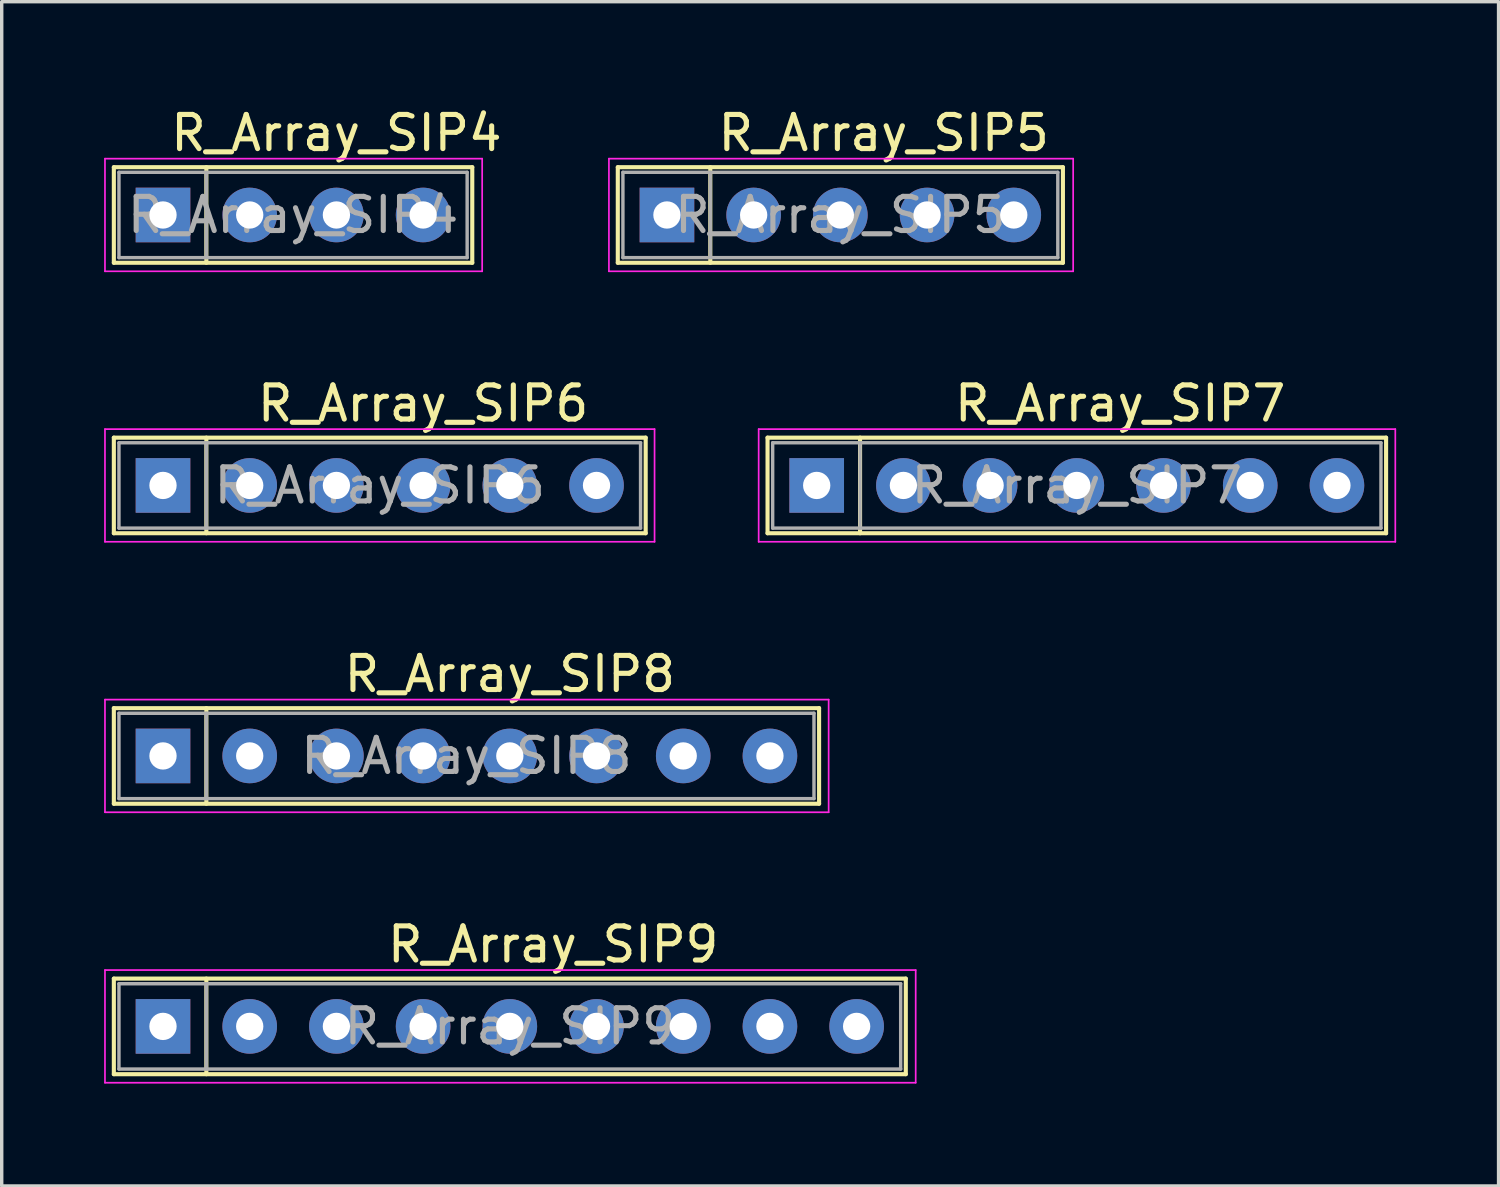
<source format=kicad_pcb>
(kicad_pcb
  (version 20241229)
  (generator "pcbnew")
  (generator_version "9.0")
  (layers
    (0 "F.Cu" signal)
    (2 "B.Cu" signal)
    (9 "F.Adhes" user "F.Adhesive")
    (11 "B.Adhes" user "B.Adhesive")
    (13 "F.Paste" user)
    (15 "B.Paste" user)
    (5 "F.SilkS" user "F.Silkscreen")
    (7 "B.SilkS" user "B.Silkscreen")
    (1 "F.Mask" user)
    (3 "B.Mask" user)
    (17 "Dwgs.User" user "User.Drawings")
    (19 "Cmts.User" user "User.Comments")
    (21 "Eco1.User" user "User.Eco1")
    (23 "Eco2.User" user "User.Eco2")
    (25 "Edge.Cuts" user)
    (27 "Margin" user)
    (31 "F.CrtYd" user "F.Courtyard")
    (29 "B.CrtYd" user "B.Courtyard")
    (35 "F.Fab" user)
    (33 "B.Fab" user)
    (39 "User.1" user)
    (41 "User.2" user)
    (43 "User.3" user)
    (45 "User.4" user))
  (footprint "R_Array_SIP4"
    (layer "F.Cu")
    (at 1.725 3.248)
    (property "Reference" "R_Array_SIP4" (at 5.08 -2.4 0) (layer "F.SilkS") (effects (font (size 1 1) (thickness 0.15))))
    (attr through_hole)
    (fp_line (start -1.44 -1.4) (end -1.44 1.4) (stroke (width 0.12) (type solid)) (layer "F.SilkS"))
    (fp_line (start -1.44 1.4) (end 9.06 1.4) (stroke (width 0.12) (type solid)) (layer "F.SilkS"))
    (fp_line (start 1.27 -1.4) (end 1.27 1.4) (stroke (width 0.12) (type solid)) (layer "F.SilkS"))
    (fp_line (start 9.06 -1.4) (end -1.44 -1.4) (stroke (width 0.12) (type solid)) (layer "F.SilkS"))
    (fp_line (start 9.06 1.4) (end 9.06 -1.4) (stroke (width 0.12) (type solid)) (layer "F.SilkS"))
    (fp_line (start -1.7 -1.65) (end -1.7 1.65) (stroke (width 0.05) (type solid)) (layer "F.CrtYd"))
    (fp_line (start -1.7 1.65) (end 9.35 1.65) (stroke (width 0.05) (type solid)) (layer "F.CrtYd"))
    (fp_line (start 9.35 -1.65) (end -1.7 -1.65) (stroke (width 0.05) (type solid)) (layer "F.CrtYd"))
    (fp_line (start 9.35 1.65) (end 9.35 -1.65) (stroke (width 0.05) (type solid)) (layer "F.CrtYd"))
    (fp_line (start -1.29 -1.25) (end -1.29 1.25) (stroke (width 0.1) (type solid)) (layer "F.Fab"))
    (fp_line (start -1.29 1.25) (end 8.91 1.25) (stroke (width 0.1) (type solid)) (layer "F.Fab"))
    (fp_line (start 1.27 -1.25) (end 1.27 1.25) (stroke (width 0.1) (type solid)) (layer "F.Fab"))
    (fp_line (start 8.91 -1.25) (end -1.29 -1.25) (stroke (width 0.1) (type solid)) (layer "F.Fab"))
    (fp_line (start 8.91 1.25) (end 8.91 -1.25) (stroke (width 0.1) (type solid)) (layer "F.Fab"))
    (fp_text user "${REFERENCE}" (at 3.81 0 0) (layer "F.Fab") (effects (font (size 1 1) (thickness 0.15))))
    (pad "1" thru_hole rect (at 0 0) (size 1.6 1.6) (drill 0.8) (layers "*.Cu" "*.Mask"))
    (pad "2" thru_hole oval (at 2.54 0) (size 1.6 1.6) (drill 0.8) (layers "*.Cu" "*.Mask"))
    (pad "3" thru_hole oval (at 5.08 0) (size 1.6 1.6) (drill 0.8) (layers "*.Cu" "*.Mask"))
    (pad "4" thru_hole oval (at 7.62 0) (size 1.6 1.6) (drill 0.8) (layers "*.Cu" "*.Mask")))
  (footprint "R_Array_SIP6"
    (layer "F.Cu")
    (at 1.725 11.171)
    (property "Reference" "R_Array_SIP6" (at 7.62 -2.4 0) (layer "F.SilkS") (effects (font (size 1 1) (thickness 0.15))))
    (attr through_hole)
    (fp_line (start -1.44 -1.4) (end -1.44 1.4) (stroke (width 0.12) (type solid)) (layer "F.SilkS"))
    (fp_line (start -1.44 1.4) (end 14.14 1.4) (stroke (width 0.12) (type solid)) (layer "F.SilkS"))
    (fp_line (start 1.27 -1.4) (end 1.27 1.4) (stroke (width 0.12) (type solid)) (layer "F.SilkS"))
    (fp_line (start 14.14 -1.4) (end -1.44 -1.4) (stroke (width 0.12) (type solid)) (layer "F.SilkS"))
    (fp_line (start 14.14 1.4) (end 14.14 -1.4) (stroke (width 0.12) (type solid)) (layer "F.SilkS"))
    (fp_line (start -1.7 -1.65) (end -1.7 1.65) (stroke (width 0.05) (type solid)) (layer "F.CrtYd"))
    (fp_line (start -1.7 1.65) (end 14.4 1.65) (stroke (width 0.05) (type solid)) (layer "F.CrtYd"))
    (fp_line (start 14.4 -1.65) (end -1.7 -1.65) (stroke (width 0.05) (type solid)) (layer "F.CrtYd"))
    (fp_line (start 14.4 1.65) (end 14.4 -1.65) (stroke (width 0.05) (type solid)) (layer "F.CrtYd"))
    (fp_line (start -1.29 -1.25) (end -1.29 1.25) (stroke (width 0.1) (type solid)) (layer "F.Fab"))
    (fp_line (start -1.29 1.25) (end 13.99 1.25) (stroke (width 0.1) (type solid)) (layer "F.Fab"))
    (fp_line (start 1.27 -1.25) (end 1.27 1.25) (stroke (width 0.1) (type solid)) (layer "F.Fab"))
    (fp_line (start 13.99 -1.25) (end -1.29 -1.25) (stroke (width 0.1) (type solid)) (layer "F.Fab"))
    (fp_line (start 13.99 1.25) (end 13.99 -1.25) (stroke (width 0.1) (type solid)) (layer "F.Fab"))
    (fp_text user "${REFERENCE}" (at 6.35 0 0) (layer "F.Fab") (effects (font (size 1 1) (thickness 0.15))))
    (pad "1" thru_hole rect (at 0 0) (size 1.6 1.6) (drill 0.8) (layers "*.Cu" "*.Mask"))
    (pad "2" thru_hole oval (at 2.54 0) (size 1.6 1.6) (drill 0.8) (layers "*.Cu" "*.Mask"))
    (pad "3" thru_hole oval (at 5.08 0) (size 1.6 1.6) (drill 0.8) (layers "*.Cu" "*.Mask"))
    (pad "4" thru_hole oval (at 7.62 0) (size 1.6 1.6) (drill 0.8) (layers "*.Cu" "*.Mask"))
    (pad "5" thru_hole oval (at 10.16 0) (size 1.6 1.6) (drill 0.8) (layers "*.Cu" "*.Mask"))
    (pad "6" thru_hole oval (at 12.7 0) (size 1.6 1.6) (drill 0.8) (layers "*.Cu" "*.Mask")))
  (footprint "R_Array_SIP5"
    (layer "F.Cu")
    (at 16.488 3.248)
    (property "Reference" "R_Array_SIP5" (at 6.35 -2.4 0) (layer "F.SilkS") (effects (font (size 1 1) (thickness 0.15))))
    (attr through_hole)
    (fp_line (start -1.44 -1.4) (end -1.44 1.4) (stroke (width 0.12) (type solid)) (layer "F.SilkS"))
    (fp_line (start -1.44 1.4) (end 11.6 1.4) (stroke (width 0.12) (type solid)) (layer "F.SilkS"))
    (fp_line (start 1.27 -1.4) (end 1.27 1.4) (stroke (width 0.12) (type solid)) (layer "F.SilkS"))
    (fp_line (start 11.6 -1.4) (end -1.44 -1.4) (stroke (width 0.12) (type solid)) (layer "F.SilkS"))
    (fp_line (start 11.6 1.4) (end 11.6 -1.4) (stroke (width 0.12) (type solid)) (layer "F.SilkS"))
    (fp_line (start -1.7 -1.65) (end -1.7 1.65) (stroke (width 0.05) (type solid)) (layer "F.CrtYd"))
    (fp_line (start -1.7 1.65) (end 11.9 1.65) (stroke (width 0.05) (type solid)) (layer "F.CrtYd"))
    (fp_line (start 11.9 -1.65) (end -1.7 -1.65) (stroke (width 0.05) (type solid)) (layer "F.CrtYd"))
    (fp_line (start 11.9 1.65) (end 11.9 -1.65) (stroke (width 0.05) (type solid)) (layer "F.CrtYd"))
    (fp_line (start -1.29 -1.25) (end -1.29 1.25) (stroke (width 0.1) (type solid)) (layer "F.Fab"))
    (fp_line (start -1.29 1.25) (end 11.45 1.25) (stroke (width 0.1) (type solid)) (layer "F.Fab"))
    (fp_line (start 1.27 -1.25) (end 1.27 1.25) (stroke (width 0.1) (type solid)) (layer "F.Fab"))
    (fp_line (start 11.45 -1.25) (end -1.29 -1.25) (stroke (width 0.1) (type solid)) (layer "F.Fab"))
    (fp_line (start 11.45 1.25) (end 11.45 -1.25) (stroke (width 0.1) (type solid)) (layer "F.Fab"))
    (fp_text user "${REFERENCE}" (at 5.08 0 0) (layer "F.Fab") (effects (font (size 1 1) (thickness 0.15))))
    (pad "1" thru_hole rect (at 0 0) (size 1.6 1.6) (drill 0.8) (layers "*.Cu" "*.Mask"))
    (pad "2" thru_hole oval (at 2.54 0) (size 1.6 1.6) (drill 0.8) (layers "*.Cu" "*.Mask"))
    (pad "3" thru_hole oval (at 5.08 0) (size 1.6 1.6) (drill 0.8) (layers "*.Cu" "*.Mask"))
    (pad "4" thru_hole oval (at 7.62 0) (size 1.6 1.6) (drill 0.8) (layers "*.Cu" "*.Mask"))
    (pad "5" thru_hole oval (at 10.16 0) (size 1.6 1.6) (drill 0.8) (layers "*.Cu" "*.Mask")))
  (footprint "R_Array_SIP7"
    (layer "F.Cu")
    (at 20.875 11.171)
    (property "Reference" "R_Array_SIP7" (at 8.89 -2.4 0) (layer "F.SilkS") (effects (font (size 1 1) (thickness 0.15))))
    (attr through_hole)
    (fp_line (start -1.44 -1.4) (end -1.44 1.4) (stroke (width 0.12) (type solid)) (layer "F.SilkS"))
    (fp_line (start -1.44 1.4) (end 16.68 1.4) (stroke (width 0.12) (type solid)) (layer "F.SilkS"))
    (fp_line (start 1.27 -1.4) (end 1.27 1.4) (stroke (width 0.12) (type solid)) (layer "F.SilkS"))
    (fp_line (start 16.68 -1.4) (end -1.44 -1.4) (stroke (width 0.12) (type solid)) (layer "F.SilkS"))
    (fp_line (start 16.68 1.4) (end 16.68 -1.4) (stroke (width 0.12) (type solid)) (layer "F.SilkS"))
    (fp_line (start -1.7 -1.65) (end -1.7 1.65) (stroke (width 0.05) (type solid)) (layer "F.CrtYd"))
    (fp_line (start -1.7 1.65) (end 16.95 1.65) (stroke (width 0.05) (type solid)) (layer "F.CrtYd"))
    (fp_line (start 16.95 -1.65) (end -1.7 -1.65) (stroke (width 0.05) (type solid)) (layer "F.CrtYd"))
    (fp_line (start 16.95 1.65) (end 16.95 -1.65) (stroke (width 0.05) (type solid)) (layer "F.CrtYd"))
    (fp_line (start -1.29 -1.25) (end -1.29 1.25) (stroke (width 0.1) (type solid)) (layer "F.Fab"))
    (fp_line (start -1.29 1.25) (end 16.53 1.25) (stroke (width 0.1) (type solid)) (layer "F.Fab"))
    (fp_line (start 1.27 -1.25) (end 1.27 1.25) (stroke (width 0.1) (type solid)) (layer "F.Fab"))
    (fp_line (start 16.53 -1.25) (end -1.29 -1.25) (stroke (width 0.1) (type solid)) (layer "F.Fab"))
    (fp_line (start 16.53 1.25) (end 16.53 -1.25) (stroke (width 0.1) (type solid)) (layer "F.Fab"))
    (fp_text user "${REFERENCE}" (at 7.62 0 0) (layer "F.Fab") (effects (font (size 1 1) (thickness 0.15))))
    (pad "1" thru_hole rect (at 0 0) (size 1.6 1.6) (drill 0.8) (layers "*.Cu" "*.Mask"))
    (pad "2" thru_hole oval (at 2.54 0) (size 1.6 1.6) (drill 0.8) (layers "*.Cu" "*.Mask"))
    (pad "3" thru_hole oval (at 5.08 0) (size 1.6 1.6) (drill 0.8) (layers "*.Cu" "*.Mask"))
    (pad "4" thru_hole oval (at 7.62 0) (size 1.6 1.6) (drill 0.8) (layers "*.Cu" "*.Mask"))
    (pad "5" thru_hole oval (at 10.16 0) (size 1.6 1.6) (drill 0.8) (layers "*.Cu" "*.Mask"))
    (pad "6" thru_hole oval (at 12.7 0) (size 1.6 1.6) (drill 0.8) (layers "*.Cu" "*.Mask"))
    (pad "7" thru_hole oval (at 15.24 0) (size 1.6 1.6) (drill 0.8) (layers "*.Cu" "*.Mask")))
  (footprint "R_Array_SIP8"
    (layer "F.Cu")
    (at 1.725 19.095)
    (property "Reference" "R_Array_SIP8" (at 10.16 -2.4 0) (layer "F.SilkS") (effects (font (size 1 1) (thickness 0.15))))
    (attr through_hole)
    (fp_line (start -1.44 -1.4) (end -1.44 1.4) (stroke (width 0.12) (type solid)) (layer "F.SilkS"))
    (fp_line (start -1.44 1.4) (end 19.22 1.4) (stroke (width 0.12) (type solid)) (layer "F.SilkS"))
    (fp_line (start 1.27 -1.4) (end 1.27 1.4) (stroke (width 0.12) (type solid)) (layer "F.SilkS"))
    (fp_line (start 19.22 -1.4) (end -1.44 -1.4) (stroke (width 0.12) (type solid)) (layer "F.SilkS"))
    (fp_line (start 19.22 1.4) (end 19.22 -1.4) (stroke (width 0.12) (type solid)) (layer "F.SilkS"))
    (fp_line (start -1.7 -1.65) (end -1.7 1.65) (stroke (width 0.05) (type solid)) (layer "F.CrtYd"))
    (fp_line (start -1.7 1.65) (end 19.5 1.65) (stroke (width 0.05) (type solid)) (layer "F.CrtYd"))
    (fp_line (start 19.5 -1.65) (end -1.7 -1.65) (stroke (width 0.05) (type solid)) (layer "F.CrtYd"))
    (fp_line (start 19.5 1.65) (end 19.5 -1.65) (stroke (width 0.05) (type solid)) (layer "F.CrtYd"))
    (fp_line (start -1.29 -1.25) (end -1.29 1.25) (stroke (width 0.1) (type solid)) (layer "F.Fab"))
    (fp_line (start -1.29 1.25) (end 19.07 1.25) (stroke (width 0.1) (type solid)) (layer "F.Fab"))
    (fp_line (start 1.27 -1.25) (end 1.27 1.25) (stroke (width 0.1) (type solid)) (layer "F.Fab"))
    (fp_line (start 19.07 -1.25) (end -1.29 -1.25) (stroke (width 0.1) (type solid)) (layer "F.Fab"))
    (fp_line (start 19.07 1.25) (end 19.07 -1.25) (stroke (width 0.1) (type solid)) (layer "F.Fab"))
    (fp_text user "${REFERENCE}" (at 8.89 0 0) (layer "F.Fab") (effects (font (size 1 1) (thickness 0.15))))
    (pad "1" thru_hole rect (at 0 0) (size 1.6 1.6) (drill 0.8) (layers "*.Cu" "*.Mask"))
    (pad "2" thru_hole oval (at 2.54 0) (size 1.6 1.6) (drill 0.8) (layers "*.Cu" "*.Mask"))
    (pad "3" thru_hole oval (at 5.08 0) (size 1.6 1.6) (drill 0.8) (layers "*.Cu" "*.Mask"))
    (pad "4" thru_hole oval (at 7.62 0) (size 1.6 1.6) (drill 0.8) (layers "*.Cu" "*.Mask"))
    (pad "5" thru_hole oval (at 10.16 0) (size 1.6 1.6) (drill 0.8) (layers "*.Cu" "*.Mask"))
    (pad "6" thru_hole oval (at 12.7 0) (size 1.6 1.6) (drill 0.8) (layers "*.Cu" "*.Mask"))
    (pad "7" thru_hole oval (at 15.24 0) (size 1.6 1.6) (drill 0.8) (layers "*.Cu" "*.Mask"))
    (pad "8" thru_hole oval (at 17.78 0) (size 1.6 1.6) (drill 0.8) (layers "*.Cu" "*.Mask")))
  (footprint "R_Array_SIP9"
    (layer "F.Cu")
    (at 1.725 27.018)
    (property "Reference" "R_Array_SIP9" (at 11.43 -2.4 0) (layer "F.SilkS") (effects (font (size 1 1) (thickness 0.15))))
    (attr through_hole)
    (fp_line (start -1.44 -1.4) (end -1.44 1.4) (stroke (width 0.12) (type solid)) (layer "F.SilkS"))
    (fp_line (start -1.44 1.4) (end 21.76 1.4) (stroke (width 0.12) (type solid)) (layer "F.SilkS"))
    (fp_line (start 1.27 -1.4) (end 1.27 1.4) (stroke (width 0.12) (type solid)) (layer "F.SilkS"))
    (fp_line (start 21.76 -1.4) (end -1.44 -1.4) (stroke (width 0.12) (type solid)) (layer "F.SilkS"))
    (fp_line (start 21.76 1.4) (end 21.76 -1.4) (stroke (width 0.12) (type solid)) (layer "F.SilkS"))
    (fp_line (start -1.7 -1.65) (end -1.7 1.65) (stroke (width 0.05) (type solid)) (layer "F.CrtYd"))
    (fp_line (start -1.7 1.65) (end 22.05 1.65) (stroke (width 0.05) (type solid)) (layer "F.CrtYd"))
    (fp_line (start 22.05 -1.65) (end -1.7 -1.65) (stroke (width 0.05) (type solid)) (layer "F.CrtYd"))
    (fp_line (start 22.05 1.65) (end 22.05 -1.65) (stroke (width 0.05) (type solid)) (layer "F.CrtYd"))
    (fp_line (start -1.29 -1.25) (end -1.29 1.25) (stroke (width 0.1) (type solid)) (layer "F.Fab"))
    (fp_line (start -1.29 1.25) (end 21.61 1.25) (stroke (width 0.1) (type solid)) (layer "F.Fab"))
    (fp_line (start 1.27 -1.25) (end 1.27 1.25) (stroke (width 0.1) (type solid)) (layer "F.Fab"))
    (fp_line (start 21.61 -1.25) (end -1.29 -1.25) (stroke (width 0.1) (type solid)) (layer "F.Fab"))
    (fp_line (start 21.61 1.25) (end 21.61 -1.25) (stroke (width 0.1) (type solid)) (layer "F.Fab"))
    (fp_text user "${REFERENCE}" (at 10.16 0 0) (layer "F.Fab") (effects (font (size 1 1) (thickness 0.15))))
    (pad "1" thru_hole rect (at 0 0) (size 1.6 1.6) (drill 0.8) (layers "*.Cu" "*.Mask"))
    (pad "2" thru_hole oval (at 2.54 0) (size 1.6 1.6) (drill 0.8) (layers "*.Cu" "*.Mask"))
    (pad "3" thru_hole oval (at 5.08 0) (size 1.6 1.6) (drill 0.8) (layers "*.Cu" "*.Mask"))
    (pad "4" thru_hole oval (at 7.62 0) (size 1.6 1.6) (drill 0.8) (layers "*.Cu" "*.Mask"))
    (pad "5" thru_hole oval (at 10.16 0) (size 1.6 1.6) (drill 0.8) (layers "*.Cu" "*.Mask"))
    (pad "6" thru_hole oval (at 12.7 0) (size 1.6 1.6) (drill 0.8) (layers "*.Cu" "*.Mask"))
    (pad "7" thru_hole oval (at 15.24 0) (size 1.6 1.6) (drill 0.8) (layers "*.Cu" "*.Mask"))
    (pad "8" thru_hole oval (at 17.78 0) (size 1.6 1.6) (drill 0.8) (layers "*.Cu" "*.Mask"))
    (pad "9" thru_hole oval (at 20.32 0) (size 1.6 1.6) (drill 0.8) (layers "*.Cu" "*.Mask")))
  (gr_rect
    (start -3 -3)
    (end 40.85 31.693)
    (stroke (width 0.1) (type default))
    (fill no)
    (layer "Edge.Cuts")))
</source>
